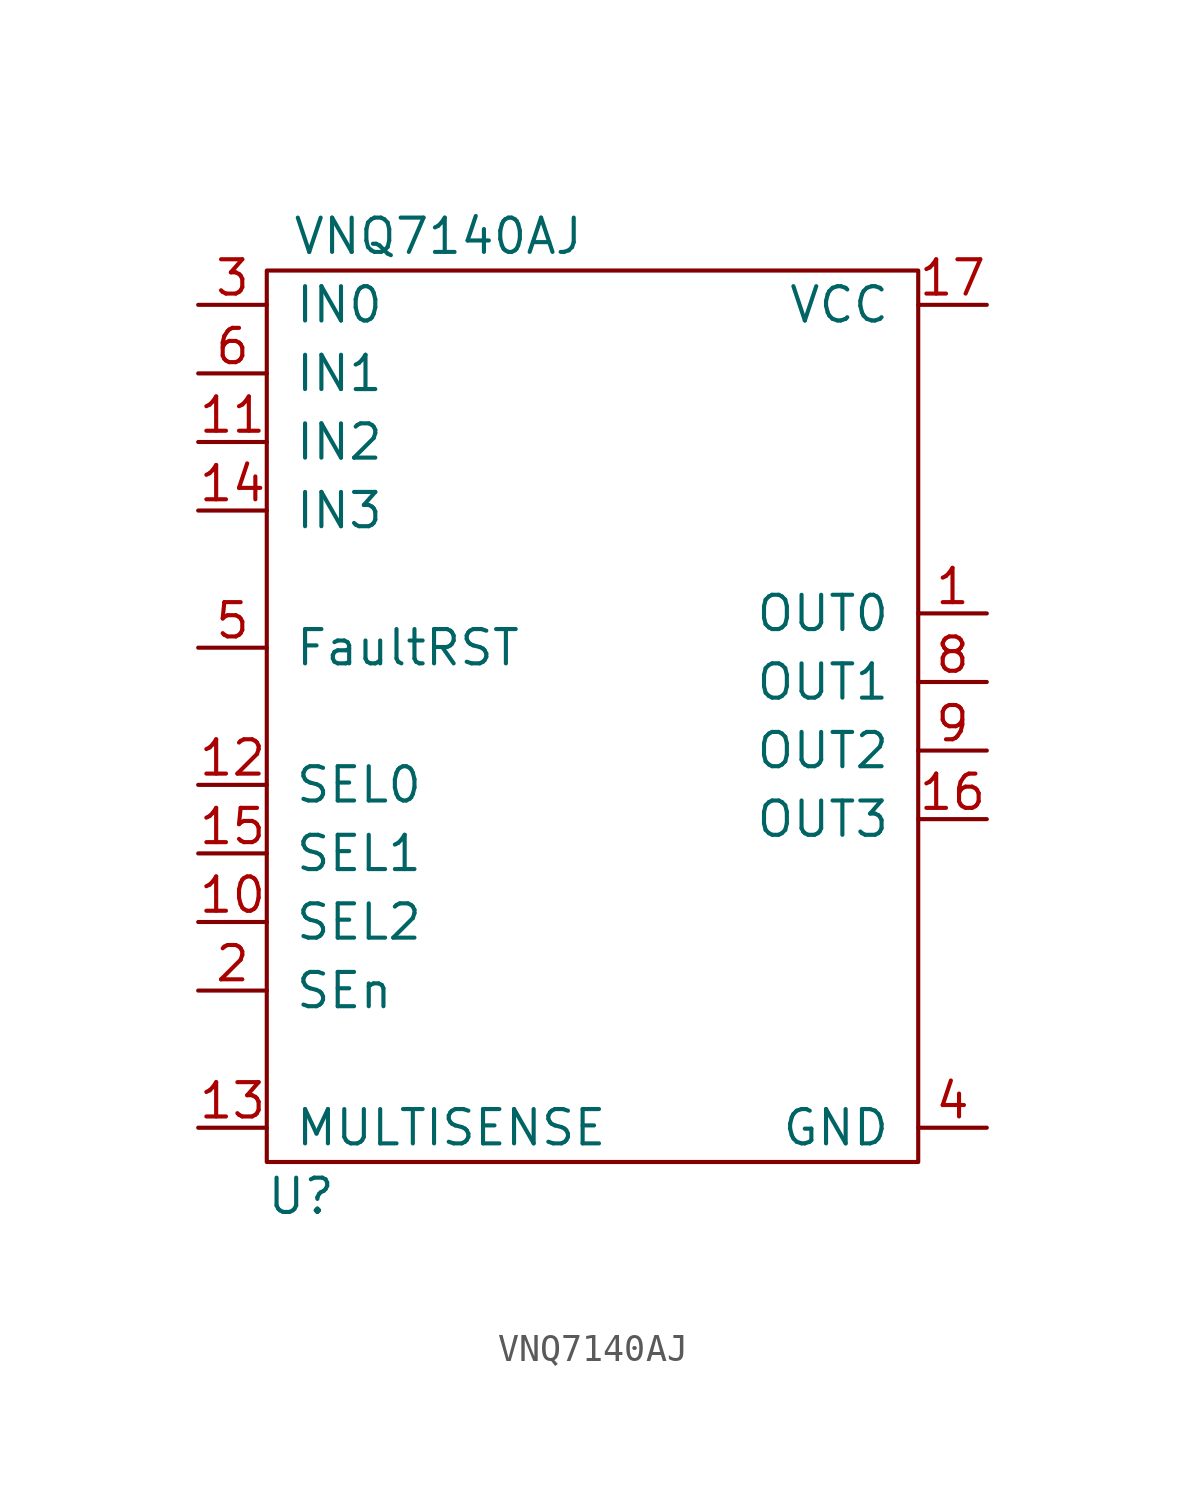
<source format=kicad_sym>
(kicad_symbol_lib
  (version 20241209)
  (generator "kicad_symbol_editor")
  (generator_version "9.0")
  (symbol "VNQ7140AJ"
    (pin_names
      (offset 1.016))
    (property "Reference" "U"
      (at -10.16 -19.05 0)
      (effects (font (size 1.27 1.27))))
    (property "Value" "VNQ7140AJ"
      (at -5.08 16.51 0)
      (effects (font (size 1.27 1.27))))
    (symbol "VNQ7140AJ_0_1"
      (rectangle (start -11.43 15.24) (end 12.7 -17.78) (stroke (width 0) (type solid)) (fill (type none))))
    (symbol "VNQ7140AJ_1_1"
      (pin input line (at -13.97 13.97 0) (length 2.54) (name "IN0" (effects (font (size 1.27 1.27)))) (number "3" (effects (font (size 1.27 1.27)))))
      (pin input line (at -13.97 11.43 0) (length 2.54) (name "IN1" (effects (font (size 1.27 1.27)))) (number "6" (effects (font (size 1.27 1.27)))))
      (pin input line (at -13.97 8.89 0) (length 2.54) (name "IN2" (effects (font (size 1.27 1.27)))) (number "11" (effects (font (size 1.27 1.27)))))
      (pin input line (at -13.97 6.35 0) (length 2.54) (name "IN3" (effects (font (size 1.27 1.27)))) (number "14" (effects (font (size 1.27 1.27)))))
      (pin input line (at -13.97 1.27 0) (length 2.54) (name "FaultRST" (effects (font (size 1.27 1.27)))) (number "5" (effects (font (size 1.27 1.27)))))
      (pin input line (at -13.97 -3.81 0) (length 2.54) (name "SEL0" (effects (font (size 1.27 1.27)))) (number "12" (effects (font (size 1.27 1.27)))))
      (pin input line (at -13.97 -6.35 0) (length 2.54) (name "SEL1" (effects (font (size 1.27 1.27)))) (number "15" (effects (font (size 1.27 1.27)))))
      (pin input line (at -13.97 -8.89 0) (length 2.54) (name "SEL2" (effects (font (size 1.27 1.27)))) (number "10" (effects (font (size 1.27 1.27)))))
      (pin input line (at -13.97 -11.43 0) (length 2.54) (name "SEn" (effects (font (size 1.27 1.27)))) (number "2" (effects (font (size 1.27 1.27)))))
      (pin output line (at -13.97 -16.51 0) (length 2.54) (name "MULTISENSE" (effects (font (size 1.27 1.27)))) (number "13" (effects (font (size 1.27 1.27)))))
      (pin no_connect line (at 6.35 8.89 0) (length 2.54) (hide yes) (name "~" (effects (font (size 1.27 1.27)))) (number "7" (effects (font (size 1.27 1.27)))))
      (pin power_in line (at 15.24 13.97 180) (length 2.54) (name "VCC" (effects (font (size 1.27 1.27)))) (number "17" (effects (font (size 1.27 1.27)))))
      (pin power_out line (at 15.24 2.54 180) (length 2.54) (name "OUT0" (effects (font (size 1.27 1.27)))) (number "1" (effects (font (size 1.27 1.27)))))
      (pin power_out line (at 15.24 0 180) (length 2.54) (name "OUT1" (effects (font (size 1.27 1.27)))) (number "8" (effects (font (size 1.27 1.27)))))
      (pin power_out line (at 15.24 -2.54 180) (length 2.54) (name "OUT2" (effects (font (size 1.27 1.27)))) (number "9" (effects (font (size 1.27 1.27)))))
      (pin power_out line (at 15.24 -5.08 180) (length 2.54) (name "OUT3" (effects (font (size 1.27 1.27)))) (number "16" (effects (font (size 1.27 1.27)))))
      (pin power_in line (at 15.24 -16.51 180) (length 2.54) (name "GND" (effects (font (size 1.27 1.27)))) (number "4" (effects (font (size 1.27 1.27))))))))
</source>
